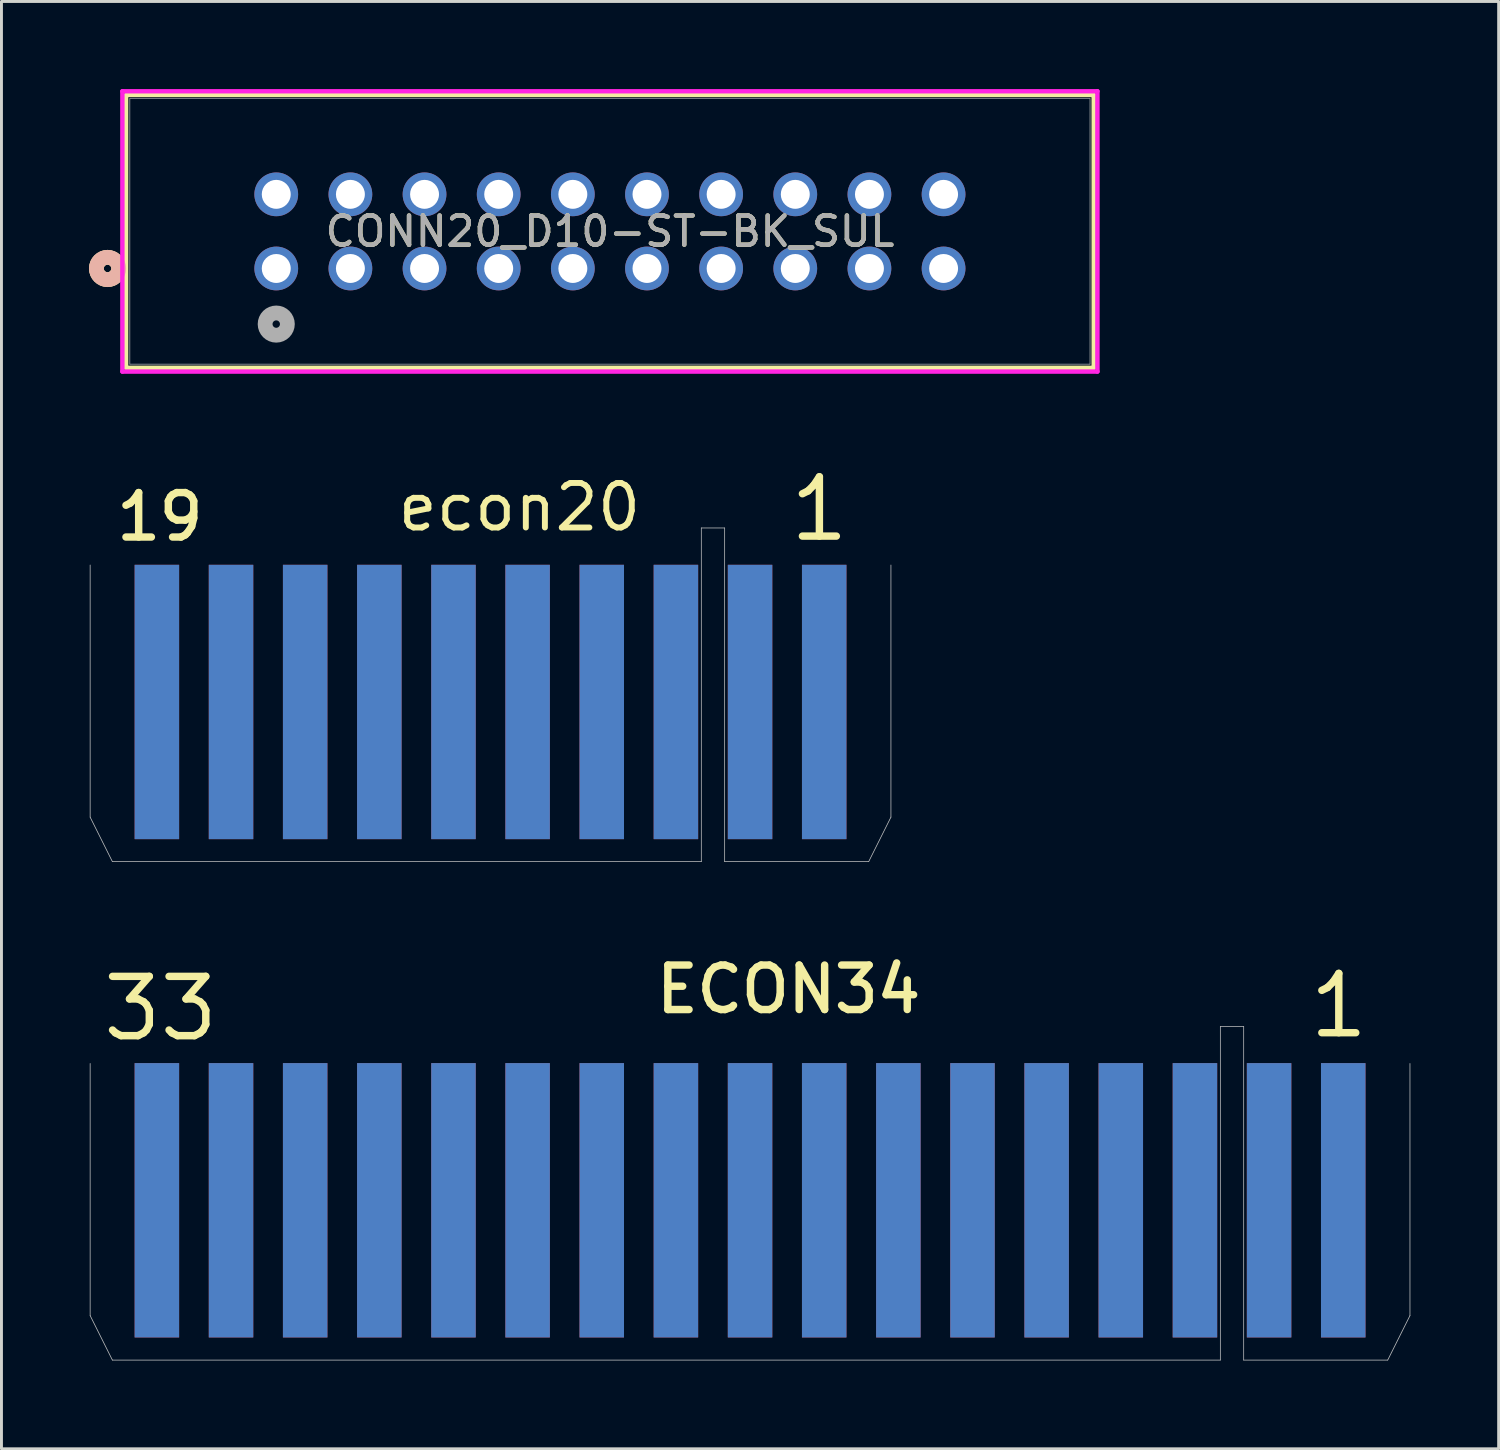
<source format=kicad_pcb>
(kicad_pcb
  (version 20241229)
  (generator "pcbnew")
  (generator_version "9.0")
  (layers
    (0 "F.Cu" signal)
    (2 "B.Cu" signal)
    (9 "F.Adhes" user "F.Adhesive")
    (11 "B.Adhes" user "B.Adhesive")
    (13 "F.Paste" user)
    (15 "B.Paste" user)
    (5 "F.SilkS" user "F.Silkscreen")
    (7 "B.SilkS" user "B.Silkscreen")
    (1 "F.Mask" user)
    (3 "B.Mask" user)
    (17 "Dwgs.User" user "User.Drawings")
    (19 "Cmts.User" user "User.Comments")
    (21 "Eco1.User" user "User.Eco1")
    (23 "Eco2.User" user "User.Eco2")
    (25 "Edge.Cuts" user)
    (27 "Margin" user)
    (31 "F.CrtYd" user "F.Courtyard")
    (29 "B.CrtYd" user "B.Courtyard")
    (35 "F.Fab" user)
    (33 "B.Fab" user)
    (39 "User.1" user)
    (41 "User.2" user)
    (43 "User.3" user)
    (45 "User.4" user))
  (footprint "econ20"
    (layer "F.Cu")
    (at 15.126 21.132)
    (property "Reference" "econ20" (at -0.381 -6.807 0) (layer "F.SilkS") (effects (font (size 1.524 1.524) (thickness 0.203))))
    (attr through_hole)
    (fp_rect (start -15.113 -4.928) (end 12.37 5.359) (stroke (width 0.025) (type solid)) (fill yes) (layer "F.Mask"))
    (fp_rect (start -15.113 -4.928) (end 12.37 5.359) (stroke (width 0.025) (type solid)) (fill yes) (layer "B.Mask"))
    (fp_line (start -15.088 3.81) (end -15.088 -4.826) (stroke (width 0.025) (type solid)) (layer "Dwgs.User"))
    (fp_line (start -14.326 5.334) (end -15.088 3.81) (stroke (width 0.025) (type solid)) (layer "Dwgs.User"))
    (fp_line (start -14.326 5.334) (end 5.848 5.334) (stroke (width 0.025) (type solid)) (layer "Dwgs.User"))
    (fp_line (start 5.848 -6.096) (end 6.648 -6.096) (stroke (width 0.025) (type solid)) (layer "Dwgs.User"))
    (fp_line (start 5.848 5.334) (end 5.848 -6.096) (stroke (width 0.025) (type solid)) (layer "Dwgs.User"))
    (fp_line (start 6.648 5.334) (end 6.648 -6.096) (stroke (width 0.025) (type solid)) (layer "Dwgs.User"))
    (fp_line (start 6.648 5.334) (end 11.582 5.334) (stroke (width 0.025) (type solid)) (layer "Dwgs.User"))
    (fp_line (start 11.582 5.334) (end 12.344 3.81) (stroke (width 0.025) (type solid)) (layer "Dwgs.User"))
    (fp_line (start 12.344 3.81) (end 12.344 -4.826) (stroke (width 0.025) (type solid)) (layer "Dwgs.User"))
    (fp_text user "1" (at 9.893 -6.744 0) (layer "F.SilkS") (effects (font (size 2.032 2.032) (thickness 0.254))))
    (fp_text user "19" (at -12.7 -6.477 0) (layer "F.SilkS") (effects (font (size 1.524 1.524) (thickness 0.254))))
    (pad "1" connect rect (at 10.058 -0.135 180) (size 1.524 9.398) (layers "F.Cu" "F.Mask"))
    (pad "2" connect rect (at 10.058 -0.135 180) (size 1.524 9.398) (layers "B.Cu" "B.Mask"))
    (pad "3" connect rect (at 7.518 -0.135 180) (size 1.524 9.398) (layers "F.Cu" "F.Mask"))
    (pad "4" connect rect (at 7.518 -0.135 180) (size 1.524 9.398) (layers "B.Cu" "B.Mask"))
    (pad "5" connect rect (at 4.978 -0.135 180) (size 1.524 9.398) (layers "F.Cu" "F.Mask"))
    (pad "6" connect rect (at 4.978 -0.135 180) (size 1.524 9.398) (layers "B.Cu" "B.Mask"))
    (pad "7" connect rect (at 2.438 -0.135 180) (size 1.524 9.398) (layers "F.Cu" "F.Mask"))
    (pad "8" connect rect (at 2.438 -0.135 180) (size 1.524 9.398) (layers "B.Cu" "B.Mask"))
    (pad "9" connect rect (at -0.102 -0.135 180) (size 1.524 9.398) (layers "F.Cu" "F.Mask"))
    (pad "10" connect rect (at -0.102 -0.135 180) (size 1.524 9.398) (layers "B.Cu" "B.Mask"))
    (pad "11" connect rect (at -2.642 -0.135 180) (size 1.524 9.398) (layers "F.Cu" "F.Mask"))
    (pad "12" connect rect (at -2.642 -0.135 180) (size 1.524 9.398) (layers "B.Cu" "B.Mask"))
    (pad "13" connect rect (at -5.182 -0.135 180) (size 1.524 9.398) (layers "F.Cu" "F.Mask"))
    (pad "14" connect rect (at -5.182 -0.135 180) (size 1.524 9.398) (layers "B.Cu" "B.Mask"))
    (pad "15" connect rect (at -7.722 -0.135 180) (size 1.524 9.398) (layers "F.Cu" "F.Mask"))
    (pad "16" connect rect (at -7.722 -0.135 180) (size 1.524 9.398) (layers "B.Cu" "B.Mask"))
    (pad "17" connect rect (at -10.262 -0.135 180) (size 1.524 9.398) (layers "F.Cu" "F.Mask"))
    (pad "18" connect rect (at -10.262 -0.135 180) (size 1.524 9.398) (layers "B.Cu" "B.Mask"))
    (pad "19" connect rect (at -12.802 -0.135 180) (size 1.524 9.398) (layers "F.Cu" "F.Mask"))
    (pad "20" connect rect (at -12.802 -0.135 180) (size 1.524 9.398) (layers "B.Cu" "B.Mask")))
  (footprint "ECON34"
    (layer "F.Cu")
    (at 23.965 32.111)
    (property "Reference" "ECON34" (at 0 -1.27 0) (layer "F.SilkS") (effects (font (size 1.524 1.524) (thickness 0.254))))
    (attr through_hole)
    (fp_rect (start -23.952 1.168) (end 21.311 11.455) (stroke (width 0.025) (type solid)) (fill yes) (layer "F.Mask"))
    (fp_rect (start -23.952 1.168) (end 21.311 11.455) (stroke (width 0.025) (type solid)) (fill yes) (layer "B.Mask"))
    (fp_line (start -23.927 9.906) (end -23.927 1.27) (stroke (width 0.025) (type solid)) (layer "Dwgs.User"))
    (fp_line (start -23.165 11.43) (end -23.927 9.906) (stroke (width 0.025) (type solid)) (layer "Dwgs.User"))
    (fp_line (start 14.789 0) (end 15.589 0) (stroke (width 0.025) (type solid)) (layer "Dwgs.User"))
    (fp_line (start 14.789 11.43) (end -23.165 11.43) (stroke (width 0.025) (type solid)) (layer "Dwgs.User"))
    (fp_line (start 14.789 11.43) (end 14.789 0) (stroke (width 0.025) (type solid)) (layer "Dwgs.User"))
    (fp_line (start 15.589 11.43) (end 15.589 0) (stroke (width 0.025) (type solid)) (layer "Dwgs.User"))
    (fp_line (start 15.589 11.43) (end 20.523 11.43) (stroke (width 0.025) (type solid)) (layer "Dwgs.User"))
    (fp_line (start 20.523 11.43) (end 21.285 9.906) (stroke (width 0.025) (type solid)) (layer "Dwgs.User"))
    (fp_line (start 21.285 9.906) (end 21.285 1.27) (stroke (width 0.025) (type solid)) (layer "Dwgs.User"))
    (fp_text user "1" (at 18.847 -0.711 0) (layer "F.SilkS") (effects (font (size 2.032 2.032) (thickness 0.254))))
    (fp_text user "33" (at -21.514 -0.61 0) (layer "F.SilkS") (effects (font (size 2.032 2.032) (thickness 0.254))))
    (pad "1" connect rect (at 18.999 5.956 180) (size 1.524 9.398) (layers "F.Cu" "F.Mask"))
    (pad "2" connect rect (at 18.999 5.956 180) (size 1.524 9.398) (layers "B.Cu" "B.Mask"))
    (pad "3" connect rect (at 16.459 5.956 180) (size 1.524 9.398) (layers "F.Cu" "F.Mask"))
    (pad "4" connect rect (at 16.459 5.956 180) (size 1.524 9.398) (layers "B.Cu" "B.Mask"))
    (pad "5" connect rect (at 13.919 5.956 180) (size 1.524 9.398) (layers "F.Cu" "F.Mask"))
    (pad "6" connect rect (at 13.919 5.956 180) (size 1.524 9.398) (layers "B.Cu" "B.Mask"))
    (pad "7" connect rect (at 11.379 5.956 180) (size 1.524 9.398) (layers "F.Cu" "F.Mask"))
    (pad "8" connect rect (at 11.379 5.956 180) (size 1.524 9.398) (layers "B.Cu" "B.Mask"))
    (pad "9" connect rect (at 8.839 5.956 180) (size 1.524 9.398) (layers "F.Cu" "F.Mask"))
    (pad "10" connect rect (at 8.839 5.956 180) (size 1.524 9.398) (layers "B.Cu" "B.Mask"))
    (pad "11" connect rect (at 6.299 5.956 180) (size 1.524 9.398) (layers "F.Cu" "F.Mask"))
    (pad "12" connect rect (at 6.299 5.956 180) (size 1.524 9.398) (layers "B.Cu" "B.Mask"))
    (pad "13" connect rect (at 3.759 5.956 180) (size 1.524 9.398) (layers "F.Cu" "F.Mask"))
    (pad "14" connect rect (at 3.759 5.956 180) (size 1.524 9.398) (layers "B.Cu" "B.Mask"))
    (pad "15" connect rect (at 1.219 5.956 180) (size 1.524 9.398) (layers "F.Cu" "F.Mask"))
    (pad "16" connect rect (at 1.219 5.956 180) (size 1.524 9.398) (layers "B.Cu" "B.Mask"))
    (pad "17" connect rect (at -1.321 5.956 180) (size 1.524 9.398) (layers "F.Cu" "F.Mask"))
    (pad "18" connect rect (at -1.321 5.956 180) (size 1.524 9.398) (layers "B.Cu" "B.Mask"))
    (pad "19" connect rect (at -3.861 5.956 180) (size 1.524 9.398) (layers "F.Cu" "F.Mask"))
    (pad "20" connect rect (at -3.861 5.956 180) (size 1.524 9.398) (layers "B.Cu" "B.Mask"))
    (pad "21" connect rect (at -6.401 5.956 180) (size 1.524 9.398) (layers "F.Cu" "F.Mask"))
    (pad "22" connect rect (at -6.401 5.956 180) (size 1.524 9.398) (layers "B.Cu" "B.Mask"))
    (pad "23" connect rect (at -8.941 5.956 180) (size 1.524 9.398) (layers "F.Cu" "F.Mask"))
    (pad "24" connect rect (at -8.941 5.956 180) (size 1.524 9.398) (layers "B.Cu" "B.Mask"))
    (pad "25" connect rect (at -11.481 5.956 180) (size 1.524 9.398) (layers "F.Cu" "F.Mask"))
    (pad "26" connect rect (at -11.481 5.956 180) (size 1.524 9.398) (layers "B.Cu" "B.Mask"))
    (pad "27" connect rect (at -14.021 5.956 180) (size 1.524 9.398) (layers "F.Cu" "F.Mask"))
    (pad "28" connect rect (at -14.021 5.956 180) (size 1.524 9.398) (layers "B.Cu" "B.Mask"))
    (pad "29" connect rect (at -16.561 5.956 180) (size 1.524 9.398) (layers "F.Cu" "F.Mask"))
    (pad "30" connect rect (at -16.561 5.956 180) (size 1.524 9.398) (layers "B.Cu" "B.Mask"))
    (pad "31" connect rect (at -19.101 5.956 180) (size 1.524 9.398) (layers "F.Cu" "F.Mask"))
    (pad "32" connect rect (at -19.101 5.956 180) (size 1.524 9.398) (layers "B.Cu" "B.Mask"))
    (pad "33" connect rect (at -21.641 5.956 180) (size 1.524 9.398) (layers "F.Cu" "F.Mask"))
    (pad "34" connect rect (at -21.641 5.956 180) (size 1.524 9.398) (layers "B.Cu" "B.Mask")))
  (footprint "CONN20_D10-ST-BK_SUL"
    (layer "F.Cu")
    (at 6.413 6.147)
    (property "Reference" "CONN20_D10-ST-BK_SUL" (at 11.43 -1.27 0) (unlocked yes) (layer "F.SilkS") (effects (font (size 1 1) (thickness 0.15))))
    (attr through_hole)
    (fp_line (start -5.144 -5.944) (end -5.144 3.404) (stroke (width 0.152) (type solid)) (layer "F.SilkS"))
    (fp_line (start -5.144 3.404) (end 28.003 3.404) (stroke (width 0.152) (type solid)) (layer "F.SilkS"))
    (fp_line (start 28.003 -5.944) (end -5.144 -5.944) (stroke (width 0.152) (type solid)) (layer "F.SilkS"))
    (fp_line (start 28.003 3.404) (end 28.003 -5.944) (stroke (width 0.152) (type solid)) (layer "F.SilkS"))
    (fp_circle (center -5.779 0) (end -5.397 0) (stroke (width 0.508) (type solid)) (fill no) (layer "F.SilkS"))
    (fp_circle (center -5.779 0) (end -5.397 0) (stroke (width 0.508) (type solid)) (fill no) (layer "B.SilkS"))
    (fp_line (start -5.271 -6.071) (end -5.271 3.531) (stroke (width 0.152) (type solid)) (layer "F.CrtYd"))
    (fp_line (start -5.271 3.531) (end 28.131 3.531) (stroke (width 0.152) (type solid)) (layer "F.CrtYd"))
    (fp_line (start 28.131 -6.071) (end -5.271 -6.071) (stroke (width 0.152) (type solid)) (layer "F.CrtYd"))
    (fp_line (start 28.131 3.531) (end 28.131 -6.071) (stroke (width 0.152) (type solid)) (layer "F.CrtYd"))
    (fp_line (start -5.016 -5.817) (end -5.016 3.277) (stroke (width 0.025) (type solid)) (layer "F.Fab"))
    (fp_line (start -5.016 3.277) (end 27.877 3.277) (stroke (width 0.025) (type solid)) (layer "F.Fab"))
    (fp_line (start 27.877 -5.817) (end -5.016 -5.817) (stroke (width 0.025) (type solid)) (layer "F.Fab"))
    (fp_line (start 27.877 3.277) (end 27.877 -5.817) (stroke (width 0.025) (type solid)) (layer "F.Fab"))
    (fp_circle (center 0 1.905) (end 0.381 1.905) (stroke (width 0.508) (type solid)) (fill no) (layer "F.Fab"))
    (fp_text user "${REFERENCE}" (at 11.43 -1.27 0) (unlocked yes) (layer "F.Fab") (effects (font (size 1 1) (thickness 0.15))))
    (pad "1" thru_hole circle (at 0 0) (size 1.499 1.499) (drill 0.991) (layers "*.Cu" "*.Mask"))
    (pad "2" thru_hole circle (at 0 -2.54) (size 1.499 1.499) (drill 0.991) (layers "*.Cu" "*.Mask"))
    (pad "3" thru_hole circle (at 2.54 0) (size 1.499 1.499) (drill 0.991) (layers "*.Cu" "*.Mask"))
    (pad "4" thru_hole circle (at 2.54 -2.54) (size 1.499 1.499) (drill 0.991) (layers "*.Cu" "*.Mask"))
    (pad "5" thru_hole circle (at 5.08 0) (size 1.499 1.499) (drill 0.991) (layers "*.Cu" "*.Mask"))
    (pad "6" thru_hole circle (at 5.08 -2.54) (size 1.499 1.499) (drill 0.991) (layers "*.Cu" "*.Mask"))
    (pad "7" thru_hole circle (at 7.62 0) (size 1.499 1.499) (drill 0.991) (layers "*.Cu" "*.Mask"))
    (pad "8" thru_hole circle (at 7.62 -2.54) (size 1.499 1.499) (drill 0.991) (layers "*.Cu" "*.Mask"))
    (pad "9" thru_hole circle (at 10.16 0) (size 1.499 1.499) (drill 0.991) (layers "*.Cu" "*.Mask"))
    (pad "10" thru_hole circle (at 10.16 -2.54) (size 1.499 1.499) (drill 0.991) (layers "*.Cu" "*.Mask"))
    (pad "11" thru_hole circle (at 12.7 0) (size 1.499 1.499) (drill 0.991) (layers "*.Cu" "*.Mask"))
    (pad "12" thru_hole circle (at 12.7 -2.54) (size 1.499 1.499) (drill 0.991) (layers "*.Cu" "*.Mask"))
    (pad "13" thru_hole circle (at 15.24 0) (size 1.499 1.499) (drill 0.991) (layers "*.Cu" "*.Mask"))
    (pad "14" thru_hole circle (at 15.24 -2.54) (size 1.499 1.499) (drill 0.991) (layers "*.Cu" "*.Mask"))
    (pad "15" thru_hole circle (at 17.78 0) (size 1.499 1.499) (drill 0.991) (layers "*.Cu" "*.Mask"))
    (pad "16" thru_hole circle (at 17.78 -2.54) (size 1.499 1.499) (drill 0.991) (layers "*.Cu" "*.Mask"))
    (pad "17" thru_hole circle (at 20.32 0) (size 1.499 1.499) (drill 0.991) (layers "*.Cu" "*.Mask"))
    (pad "18" thru_hole circle (at 20.32 -2.54) (size 1.499 1.499) (drill 0.991) (layers "*.Cu" "*.Mask"))
    (pad "19" thru_hole circle (at 22.86 0) (size 1.499 1.499) (drill 0.991) (layers "*.Cu" "*.Mask"))
    (pad "20" thru_hole circle (at 22.86 -2.54) (size 1.499 1.499) (drill 0.991) (layers "*.Cu" "*.Mask")))
  (gr_rect
    (start -3 -3)
    (end 48.288 46.579)
    (stroke (width 0.1) (type default))
    (fill no)
    (layer "Edge.Cuts")))
</source>
